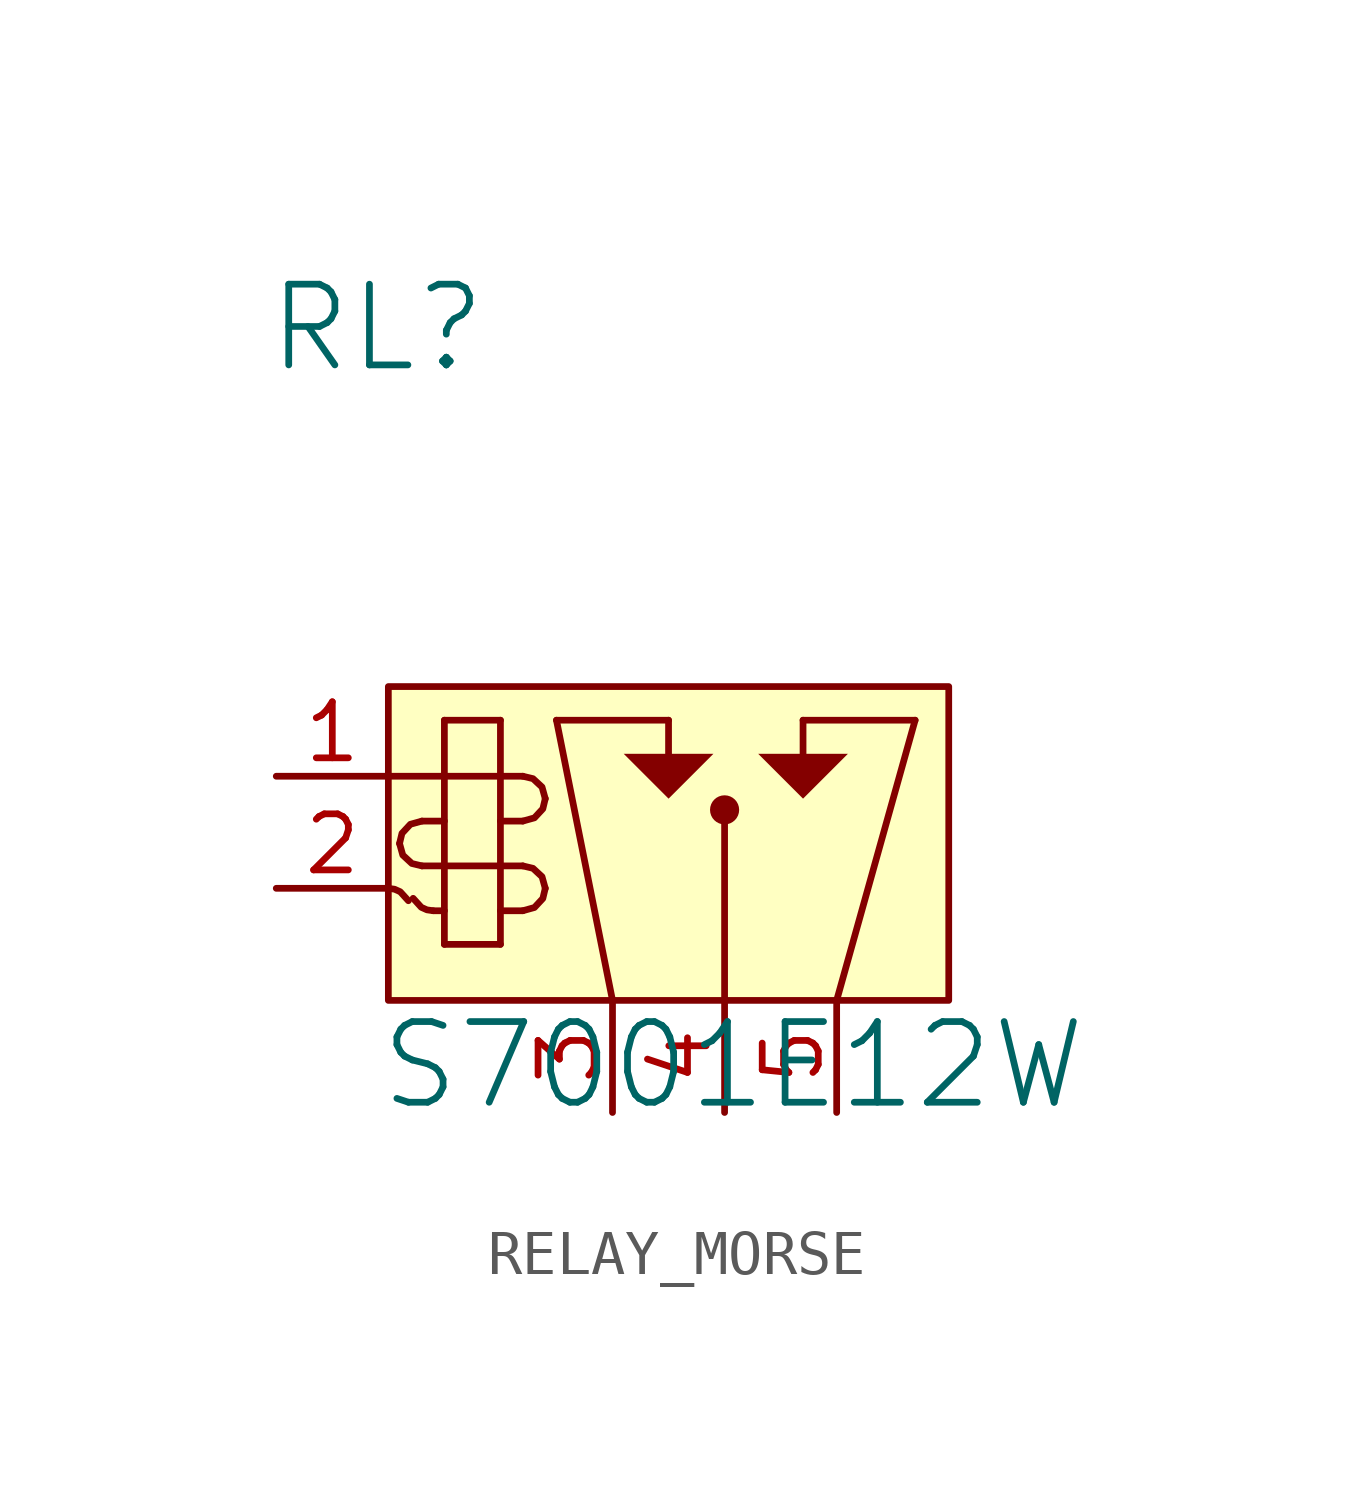
<source format=kicad_sym>
(kicad_symbol_lib
  (version 20241209)
  (generator "kicad_symbol_editor")
  (generator_version "9.0")
  (symbol "RELAY_MORSE"
    (pin_names
      (hide yes))
    (property "Reference" "RL"
      (at -0.254 0 0)
      (effects (font (size 1.829 1.829))))
    (property "Value" "S7001E12W"
      (at -0.254 -17.78 0)
      (effects (font (size 1.829 1.829)) (justify left bottom)))
    (symbol "RELAY_MORSE_1_0"
      (polyline (pts (xy 0 -10.16) (xy 3.048 -10.16)) (stroke (width 0) (type solid)) (fill (type none)))
      (bezier (pts (xy 0.254 -11.684) (xy 0.254 -11.964) (xy 0.481 -12.192) (xy 0.762 -12.192)) (stroke (width 0) (type solid)) (fill (type none)))
      (bezier (pts (xy 0.454 -12.981) (xy 0.368 -12.809) (xy 0.192 -12.7) (xy 0 -12.7)) (stroke (width 0) (type solid)) (fill (type none)))
      (bezier (pts (xy 0.562 -12.927) (xy 0.648 -13.099) (xy 0.824 -13.208) (xy 1.016 -13.208)) (stroke (width 0) (type solid)) (fill (type none)))
      (bezier (pts (xy 0.762 -11.176) (xy 0.481 -11.176) (xy 0.254 -11.403) (xy 0.254 -11.684)) (stroke (width 0) (type solid)) (fill (type none)))
      (polyline (pts (xy 0.762 -12.192) (xy 3.048 -12.192)) (stroke (width 0) (type solid)) (fill (type none)))
      (polyline (pts (xy 1.016 -13.208) (xy 1.27 -13.208)) (stroke (width 0) (type solid)) (fill (type none)))
      (polyline (pts (xy 1.27 -8.89) (xy 1.27 -13.97)) (stroke (width 0) (type solid)) (fill (type none)))
      (polyline (pts (xy 1.27 -11.176) (xy 0.762 -11.176)) (stroke (width 0) (type solid)) (fill (type none)))
      (polyline (pts (xy 1.27 -13.97) (xy 2.54 -13.97)) (stroke (width 0) (type solid)) (fill (type none)))
      (polyline (pts (xy 2.54 -8.89) (xy 1.27 -8.89)) (stroke (width 0) (type solid)) (fill (type none)))
      (polyline (pts (xy 2.54 -13.97) (xy 2.54 -8.89)) (stroke (width 0) (type solid)) (fill (type none)))
      (polyline (pts (xy 3.048 -11.176) (xy 2.54 -11.176)) (stroke (width 0) (type solid)) (fill (type none)))
      (bezier (pts (xy 3.048 -11.176) (xy 3.329 -11.176) (xy 3.556 -10.948) (xy 3.556 -10.668)) (stroke (width 0) (type solid)) (fill (type none)))
      (polyline (pts (xy 3.048 -13.208) (xy 2.54 -13.208)) (stroke (width 0) (type solid)) (fill (type none)))
      (bezier (pts (xy 3.048 -13.208) (xy 3.329 -13.208) (xy 3.556 -12.98) (xy 3.556 -12.7)) (stroke (width 0) (type solid)) (fill (type none)))
      (bezier (pts (xy 3.556 -10.668) (xy 3.556 -10.387) (xy 3.329 -10.16) (xy 3.048 -10.16)) (stroke (width 0) (type solid)) (fill (type none)))
      (bezier (pts (xy 3.556 -12.7) (xy 3.556 -12.419) (xy 3.329 -12.192) (xy 3.048 -12.192)) (stroke (width 0) (type solid)) (fill (type none)))
      (polyline (pts (xy 3.81 -8.89) (xy 6.35 -8.89)) (stroke (width 0) (type solid)) (fill (type none)))
      (polyline (pts (xy 5.08 -15.24) (xy 3.81 -8.89)) (stroke (width 0) (type solid)) (fill (type none)))
      (polyline (pts (xy 6.35 -9.652) (xy 6.35 -8.89)) (stroke (width 0) (type solid)) (fill (type none)))
      (polyline (pts (xy 6.35 -10.668) (xy 5.334 -9.652) (xy 7.366 -9.652) (xy 6.35 -10.668) (xy 6.35 -10.668)) (stroke (width -0.0001) (type solid)) (fill (type outline)))
      (circle (center 7.62 -10.922) (radius 0.254) (stroke (width 0) (type solid)) (fill (type outline)))
      (polyline (pts (xy 7.62 -15.24) (xy 7.62 -10.922)) (stroke (width 0) (type solid)) (fill (type none)))
      (polyline (pts (xy 9.398 -8.89) (xy 11.938 -8.89)) (stroke (width 0) (type solid)) (fill (type none)))
      (polyline (pts (xy 9.398 -9.652) (xy 9.398 -8.89)) (stroke (width 0) (type solid)) (fill (type none)))
      (polyline (pts (xy 9.398 -10.668) (xy 8.382 -9.652) (xy 10.414 -9.652) (xy 9.398 -10.668) (xy 9.398 -10.668)) (stroke (width -0.0001) (type solid)) (fill (type outline)))
      (polyline (pts (xy 10.16 -15.24) (xy 11.938 -8.89)) (stroke (width 0) (type solid)) (fill (type none)))
      (rectangle (start 12.7 -8.128) (end 0 -15.24) (stroke (width 0) (type solid) (color 128 0 0 1)) (fill (type background)))
      (pin passive line (at -2.54 -10.16 0) (length 2.54) (name "COIL1-" (effects (font (size 1.27 1.27)))) (number "1" (effects (font (size 1.27 1.27)))))
      (pin passive line (at -2.54 -12.7 0) (length 2.54) (name "COIL2+" (effects (font (size 1.27 1.27)))) (number "2" (effects (font (size 1.27 1.27)))))
      (pin passive line (at 5.08 -17.78 90) (length 2.54) (name "NC" (effects (font (size 1.27 1.27)))) (number "3" (effects (font (size 1.27 1.27)))))
      (pin passive line (at 7.62 -17.78 90) (length 2.54) (name "COMMON" (effects (font (size 1.27 1.27)))) (number "4" (effects (font (size 1.27 1.27)))))
      (pin passive line (at 10.16 -17.78 90) (length 2.54) (name "NO" (effects (font (size 1.27 1.27)))) (number "5" (effects (font (size 1.27 1.27))))))))
</source>
